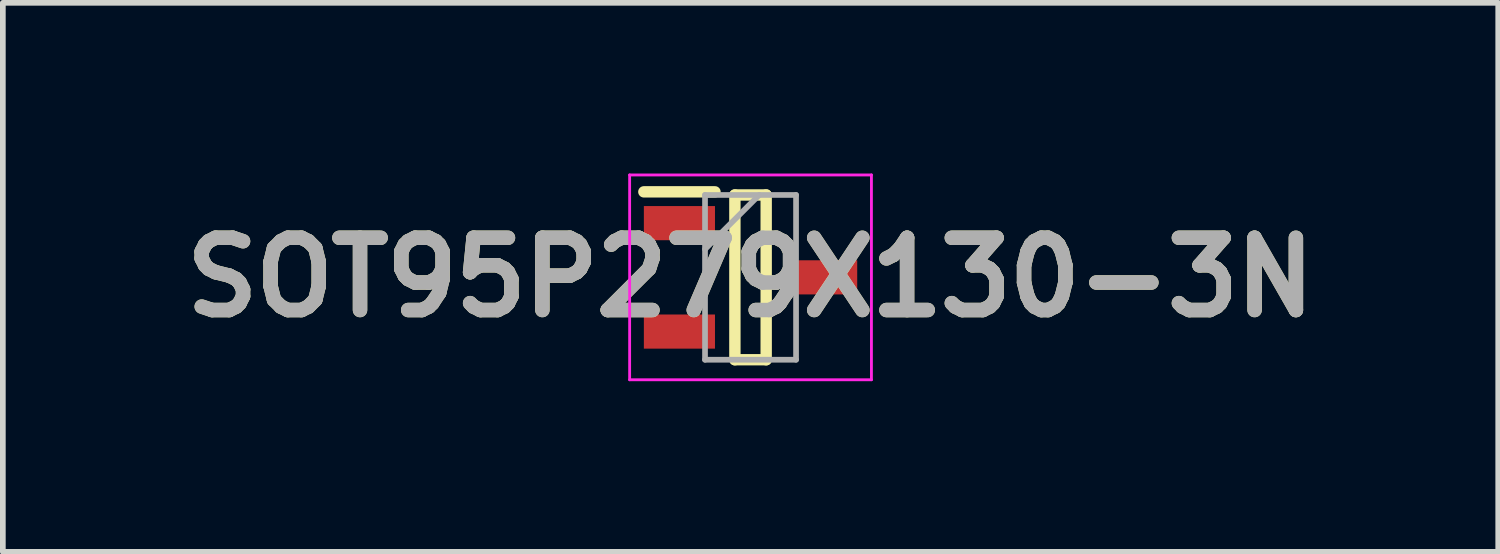
<source format=kicad_pcb>
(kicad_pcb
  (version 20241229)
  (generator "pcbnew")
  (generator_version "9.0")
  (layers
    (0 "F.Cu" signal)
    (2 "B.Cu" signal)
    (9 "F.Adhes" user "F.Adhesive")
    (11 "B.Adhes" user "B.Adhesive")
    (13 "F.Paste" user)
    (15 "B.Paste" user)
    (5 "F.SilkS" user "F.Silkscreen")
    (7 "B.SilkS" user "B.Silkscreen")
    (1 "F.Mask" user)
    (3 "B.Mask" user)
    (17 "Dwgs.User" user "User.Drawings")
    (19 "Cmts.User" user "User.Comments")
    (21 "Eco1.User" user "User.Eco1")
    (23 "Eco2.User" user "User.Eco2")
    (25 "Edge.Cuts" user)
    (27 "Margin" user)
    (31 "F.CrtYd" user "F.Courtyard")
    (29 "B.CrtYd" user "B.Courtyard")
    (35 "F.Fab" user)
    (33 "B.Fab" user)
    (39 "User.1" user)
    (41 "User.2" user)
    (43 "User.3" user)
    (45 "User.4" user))
  (footprint "SOT95P279X130-3N"
    (layer "F.Cu")
    (at 10.142 1.825)
    (property "Reference" "SOT95P279X130-3N" (at 0 0 0) (layer "F.SilkS") (effects (font (size 1.27 1.27) (thickness 0.254))))
    (attr smd)
    (fp_line (start -1.875 -1.503) (end -0.625 -1.503) (stroke (width 0.2) (type solid)) (layer "F.SilkS"))
    (fp_line (start -0.275 -1.448) (end 0.275 -1.448) (stroke (width 0.2) (type solid)) (layer "F.SilkS"))
    (fp_line (start -0.275 1.448) (end -0.275 -1.448) (stroke (width 0.2) (type solid)) (layer "F.SilkS"))
    (fp_line (start 0.275 -1.448) (end 0.275 1.448) (stroke (width 0.2) (type solid)) (layer "F.SilkS"))
    (fp_line (start 0.275 1.448) (end -0.275 1.448) (stroke (width 0.2) (type solid)) (layer "F.SilkS"))
    (fp_line (start -2.125 -1.8) (end 2.125 -1.8) (stroke (width 0.05) (type solid)) (layer "F.CrtYd"))
    (fp_line (start -2.125 1.8) (end -2.125 -1.8) (stroke (width 0.05) (type solid)) (layer "F.CrtYd"))
    (fp_line (start 2.125 -1.8) (end 2.125 1.8) (stroke (width 0.05) (type solid)) (layer "F.CrtYd"))
    (fp_line (start 2.125 1.8) (end -2.125 1.8) (stroke (width 0.05) (type solid)) (layer "F.CrtYd"))
    (fp_line (start -0.8 -1.448) (end 0.8 -1.448) (stroke (width 0.1) (type solid)) (layer "F.Fab"))
    (fp_line (start -0.8 -0.495) (end 0.153 -1.448) (stroke (width 0.1) (type solid)) (layer "F.Fab"))
    (fp_line (start -0.8 1.448) (end -0.8 -1.448) (stroke (width 0.1) (type solid)) (layer "F.Fab"))
    (fp_line (start 0.8 -1.448) (end 0.8 1.448) (stroke (width 0.1) (type solid)) (layer "F.Fab"))
    (fp_line (start 0.8 1.448) (end -0.8 1.448) (stroke (width 0.1) (type solid)) (layer "F.Fab"))
    (fp_text user "${REFERENCE}" (at 0 0 0) (layer "F.Fab") (effects (font (size 1.27 1.27) (thickness 0.254))))
    (pad "1" smd rect (at -1.25 -0.953 90) (size 0.6 1.25) (layers "F.Cu" "F.Mask" "F.Paste"))
    (pad "2" smd rect (at -1.25 0.953 90) (size 0.6 1.25) (layers "F.Cu" "F.Mask" "F.Paste"))
    (pad "3" smd rect (at 1.25 0 90) (size 0.6 1.25) (layers "F.Cu" "F.Mask" "F.Paste")))
  (gr_rect
    (start -3 -3)
    (end 23.284 6.65)
    (stroke (width 0.1) (type default))
    (fill no)
    (layer "Edge.Cuts")))
</source>
